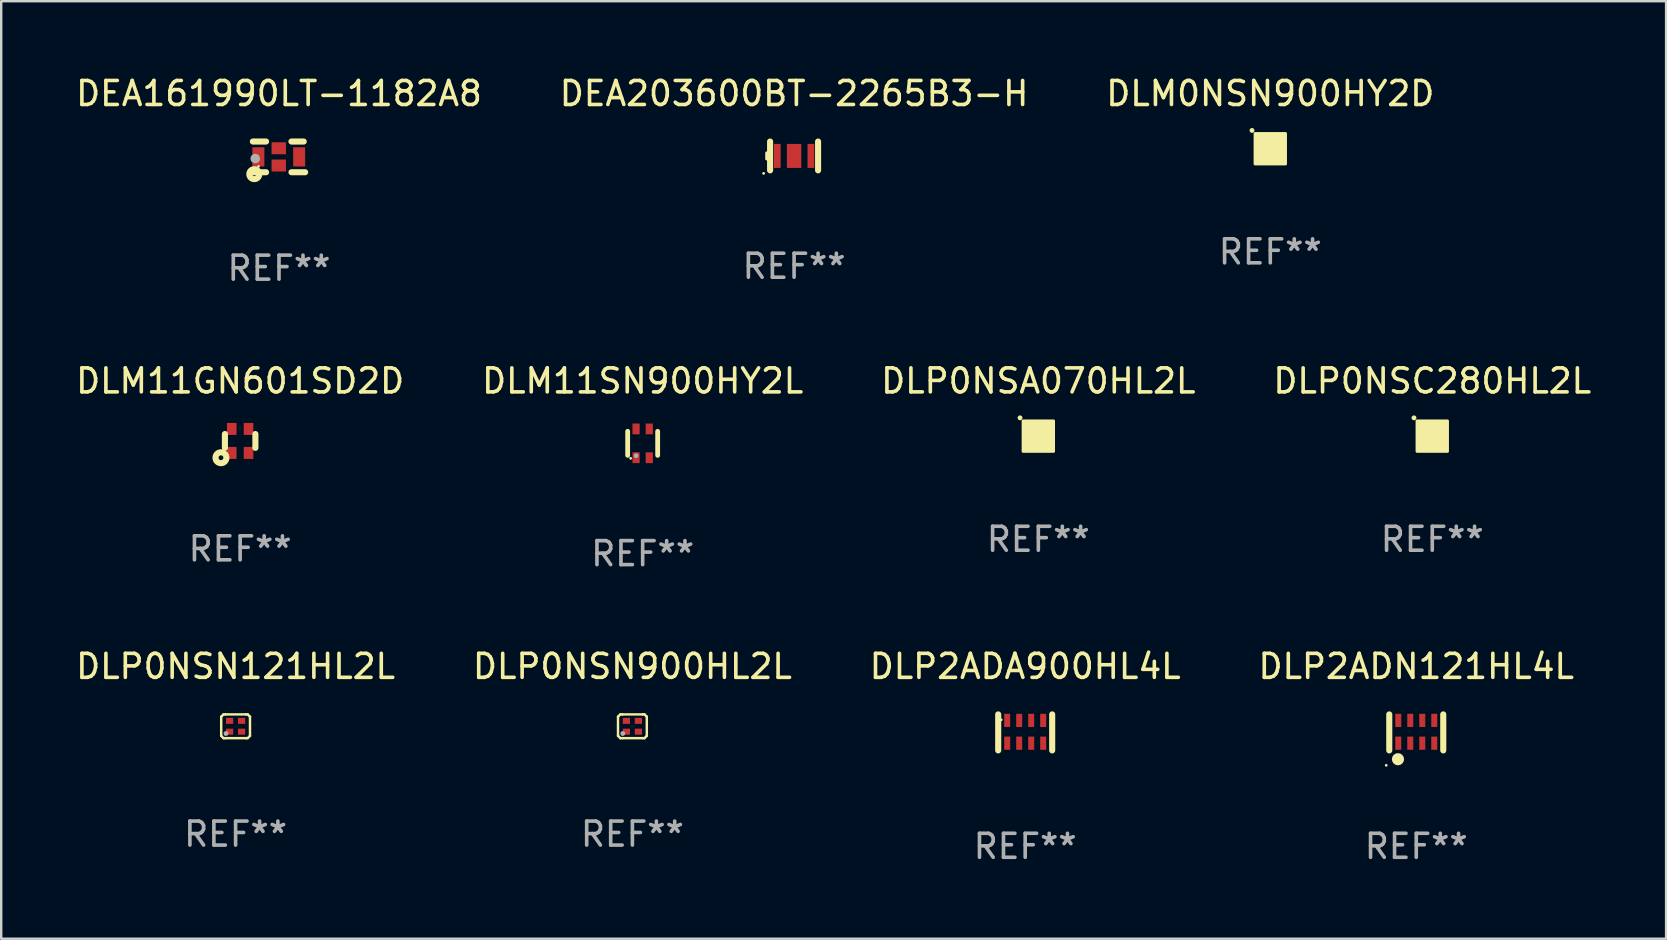
<source format=kicad_pcb>
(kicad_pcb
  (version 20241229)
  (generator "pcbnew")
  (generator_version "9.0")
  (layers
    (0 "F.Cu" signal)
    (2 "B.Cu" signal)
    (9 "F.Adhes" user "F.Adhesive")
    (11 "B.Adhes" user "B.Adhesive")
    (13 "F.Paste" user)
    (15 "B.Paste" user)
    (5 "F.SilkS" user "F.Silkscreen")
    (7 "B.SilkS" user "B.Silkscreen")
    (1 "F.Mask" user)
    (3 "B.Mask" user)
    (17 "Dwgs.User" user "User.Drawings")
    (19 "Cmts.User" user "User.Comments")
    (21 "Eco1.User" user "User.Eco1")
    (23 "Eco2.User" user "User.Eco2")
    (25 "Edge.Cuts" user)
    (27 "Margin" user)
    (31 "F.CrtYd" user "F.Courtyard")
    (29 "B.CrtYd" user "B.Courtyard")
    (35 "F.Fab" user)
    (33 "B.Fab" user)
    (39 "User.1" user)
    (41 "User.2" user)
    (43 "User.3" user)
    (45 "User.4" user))
  (footprint "DLP0NSA070HL2L"
    (layer "F.Cu")
    (at 40.22 15.125)
    (property "Reference" "DLP0NSA070HL2L" (at 0 -2.3 0) (layer "F.SilkS") (effects (font (size 1 1) (thickness 0.15))))
    (attr through_hole)
    (fp_circle (center -0.762 -0.762) (end -0.71 -0.762) (stroke (width 0.1) (type solid)) (fill no) (layer "F.SilkS"))
    (fp_circle (center -0.425 -0.325) (end -0.395 -0.325) (stroke (width 0.06) (type solid)) (fill no) (layer "F.SilkS"))
    (fp_poly (pts (xy -0.635 -0.635) (xy 0.635 -0.635) (xy 0.635 0.635) (xy -0.635 0.635)) (stroke (width 0.12) (type solid)) (fill yes) (layer "F.SilkS"))
    (fp_text user "REF**" (at 0 4.3 0) (layer "F.Fab") (effects (font (size 1 1) (thickness 0.15))))
    (pad "1" smd rect (at -0.25 -0.3) (size 0.3 0.35) (layers "F.Cu" "F.Mask" "F.Paste"))
    (pad "2" smd rect (at -0.25 0.3) (size 0.3 0.35) (layers "F.Cu" "F.Mask" "F.Paste"))
    (pad "3" smd rect (at 0.25 0.3) (size 0.3 0.35) (layers "F.Cu" "F.Mask" "F.Paste"))
    (pad "4" smd rect (at 0.25 -0.3) (size 0.3 0.35) (layers "F.Cu" "F.Mask" "F.Paste")))
  (footprint "DLP2ADN121HL4L"
    (layer "F.Cu")
    (at 55.97 27.471)
    (property "Reference" "DLP2ADN121HL4L" (at 0 -2.75 0) (layer "F.SilkS") (effects (font (size 1 1) (thickness 0.15))))
    (attr through_hole)
    (fp_line (start -1.125 -0.75) (end -1.125 0.75) (stroke (width 0.254) (type solid)) (layer "F.SilkS"))
    (fp_line (start 1.125 -0.75) (end 1.125 0.75) (stroke (width 0.254) (type solid)) (layer "F.SilkS"))
    (fp_circle (center -1.252 1.372) (end -1.222 1.372) (stroke (width 0.06) (type solid)) (fill no) (layer "F.SilkS"))
    (fp_circle (center -0.762 1.118) (end -0.635 1.118) (stroke (width 0.254) (type solid)) (fill no) (layer "F.SilkS"))
    (fp_text user "REF**" (at 0 4.75 0) (layer "F.Fab") (effects (font (size 1 1) (thickness 0.15))))
    (pad "1" smd rect (at -0.75 0.45) (size 0.25 0.55) (layers "F.Cu" "F.Mask" "F.Paste"))
    (pad "2" smd rect (at -0.25 0.45) (size 0.25 0.55) (layers "F.Cu" "F.Mask" "F.Paste"))
    (pad "3" smd rect (at 0.25 0.45) (size 0.25 0.55) (layers "F.Cu" "F.Mask" "F.Paste"))
    (pad "4" smd rect (at 0.75 0.45) (size 0.25 0.55) (layers "F.Cu" "F.Mask" "F.Paste"))
    (pad "5" smd rect (at 0.75 -0.5) (size 0.25 0.55) (layers "F.Cu" "F.Mask" "F.Paste"))
    (pad "6" smd rect (at 0.25 -0.5) (size 0.25 0.55) (layers "F.Cu" "F.Mask" "F.Paste"))
    (pad "7" smd rect (at -0.25 -0.5) (size 0.25 0.55) (layers "F.Cu" "F.Mask" "F.Paste"))
    (pad "8" smd rect (at -0.75 -0.5) (size 0.25 0.55) (layers "F.Cu" "F.Mask" "F.Paste")))
  (footprint "DLM0NSN900HY2D"
    (layer "F.Cu")
    (at 49.887 3.148)
    (property "Reference" "DLM0NSN900HY2D" (at 0 -2.3 0) (layer "F.SilkS") (effects (font (size 1 1) (thickness 0.15))))
    (attr through_hole)
    (fp_circle (center -0.762 -0.762) (end -0.71 -0.762) (stroke (width 0.1) (type solid)) (fill no) (layer "F.SilkS"))
    (fp_circle (center -0.425 -0.325) (end -0.395 -0.325) (stroke (width 0.06) (type solid)) (fill no) (layer "F.SilkS"))
    (fp_poly (pts (xy -0.635 -0.635) (xy 0.635 -0.635) (xy 0.635 0.635) (xy -0.635 0.635)) (stroke (width 0.12) (type solid)) (fill yes) (layer "F.SilkS"))
    (fp_text user "REF**" (at 0 4.3 0) (layer "F.Fab") (effects (font (size 1 1) (thickness 0.15))))
    (pad "1" smd rect (at -0.25 -0.3) (size 0.3 0.35) (layers "F.Cu" "F.Mask" "F.Paste"))
    (pad "2" smd rect (at -0.25 0.3) (size 0.3 0.35) (layers "F.Cu" "F.Mask" "F.Paste"))
    (pad "3" smd rect (at 0.25 0.3) (size 0.3 0.35) (layers "F.Cu" "F.Mask" "F.Paste"))
    (pad "4" smd rect (at 0.25 -0.3) (size 0.3 0.35) (layers "F.Cu" "F.Mask" "F.Paste")))
  (footprint "DLP2ADA900HL4L"
    (layer "F.Cu")
    (at 39.673 27.471)
    (property "Reference" "DLP2ADA900HL4L" (at 0 -2.75 0) (layer "F.SilkS") (effects (font (size 1 1) (thickness 0.15))))
    (attr through_hole)
    (fp_line (start -1.125 -0.75) (end -1.125 0.75) (stroke (width 0.254) (type solid)) (layer "F.SilkS"))
    (fp_line (start 1.125 -0.75) (end 1.125 0.75) (stroke (width 0.254) (type solid)) (layer "F.SilkS"))
    (fp_circle (center -1 -0.525) (end -0.97 -0.525) (stroke (width 0.06) (type solid)) (fill no) (layer "F.SilkS"))
    (fp_text user "REF**" (at 0 4.75 0) (layer "F.Fab") (effects (font (size 1 1) (thickness 0.15))))
    (pad "1" smd rect (at -0.75 -0.5) (size 0.25 0.55) (layers "F.Cu" "F.Mask" "F.Paste"))
    (pad "2" smd rect (at -0.25 -0.5) (size 0.25 0.55) (layers "F.Cu" "F.Mask" "F.Paste"))
    (pad "3" smd rect (at 0.25 -0.5) (size 0.25 0.55) (layers "F.Cu" "F.Mask" "F.Paste"))
    (pad "4" smd rect (at 0.75 -0.5) (size 0.25 0.55) (layers "F.Cu" "F.Mask" "F.Paste"))
    (pad "5" smd rect (at -0.75 0.45) (size 0.25 0.55) (layers "F.Cu" "F.Mask" "F.Paste"))
    (pad "6" smd rect (at -0.25 0.45) (size 0.25 0.55) (layers "F.Cu" "F.Mask" "F.Paste"))
    (pad "7" smd rect (at 0.25 0.45) (size 0.25 0.55) (layers "F.Cu" "F.Mask" "F.Paste"))
    (pad "8" smd rect (at 0.75 0.45) (size 0.25 0.55) (layers "F.Cu" "F.Mask" "F.Paste")))
  (footprint "DEA161990LT-1182A8"
    (layer "F.Cu")
    (at 8.577 3.488)
    (property "Reference" "DEA161990LT-1182A8" (at 0 -2.64 0) (layer "F.SilkS") (effects (font (size 1 1) (thickness 0.15))))
    (attr through_hole)
    (fp_line (start -1.09 -0.64) (end -0.539 -0.64) (stroke (width 0.254) (type solid)) (layer "F.SilkS"))
    (fp_line (start -1.09 0.64) (end -0.539 0.64) (stroke (width 0.254) (type solid)) (layer "F.SilkS"))
    (fp_line (start 0.519 -0.64) (end 1.03 -0.64) (stroke (width 0.254) (type solid)) (layer "F.SilkS"))
    (fp_line (start 0.519 0.64) (end 1.09 0.64) (stroke (width 0.254) (type solid)) (layer "F.SilkS"))
    (fp_circle (center -1.03 0.72) (end -0.95 0.72) (stroke (width 0.254) (type solid)) (fill no) (layer "F.SilkS"))
    (fp_circle (center -0.855 0.4) (end -0.825 0.4) (stroke (width 0.06) (type solid)) (fill no) (layer "F.SilkS"))
    (fp_circle (center -0.99 0.07) (end -0.89 0.07) (stroke (width 0.2) (type solid)) (fill no) (layer "F.Fab"))
    (fp_text user "REF**" (at 0 4.64 0) (layer "F.Fab") (effects (font (size 1 1) (thickness 0.15))))
    (pad "1" smd rect (at -0.86 0 90) (size 0.8 0.5) (layers "F.Cu" "F.Mask" "F.Paste"))
    (pad "2" smd rect (at -0.01 0.36 180) (size 0.6 0.5) (layers "F.Cu" "F.Mask" "F.Paste"))
    (pad "3" smd rect (at 0.84 0 270) (size 0.8 0.5) (layers "F.Cu" "F.Mask" "F.Paste"))
    (pad "4" smd rect (at -0.01 -0.36) (size 0.6 0.5) (layers "F.Cu" "F.Mask" "F.Paste")))
  (footprint "DEA203600BT-2265B3-H"
    (layer "F.Cu")
    (at 30.042 3.448)
    (property "Reference" "DEA203600BT-2265B3-H" (at 0 -2.6 0) (layer "F.SilkS") (effects (font (size 1 1) (thickness 0.15))))
    (attr through_hole)
    (fp_line (start -1 0.6) (end -1 -0.6) (stroke (width 0.254) (type solid)) (layer "F.SilkS"))
    (fp_line (start 1 -0.6) (end 1 0.6) (stroke (width 0.254) (type solid)) (layer "F.SilkS"))
    (fp_circle (center -1.27 0.727) (end -1.24 0.727) (stroke (width 0.06) (type solid)) (fill no) (layer "F.SilkS"))
    (fp_poly (pts (xy -1.143 -0.127) (xy -1.016 -0.127) (xy -1.016 0.127) (xy -1.143 0.127)) (stroke (width 0.12) (type solid)) (fill yes) (layer "F.SilkS"))
    (fp_text user "REF**" (at 0 4.6 0) (layer "F.Fab") (effects (font (size 1 1) (thickness 0.15))))
    (pad "1" smd rect (at -0.7 0 90) (size 1 0.28) (layers "F.Cu" "F.Mask" "F.Paste"))
    (pad "2" smd rect (at 0 0 90) (size 1 0.6) (layers "F.Cu" "F.Mask" "F.Paste"))
    (pad "3" smd rect (at 0.7 0 90) (size 1 0.28) (layers "F.Cu" "F.Mask" "F.Paste")))
  (footprint "DLP0NSN121HL2L"
    (layer "F.Cu")
    (at 6.768 27.216)
    (property "Reference" "DLP0NSN121HL2L" (at 0 -2.495 0) (layer "F.SilkS") (effects (font (size 1 1) (thickness 0.15))))
    (attr through_hole)
    (fp_line (start -0.6 0.4) (end -0.6 -0.4) (stroke (width 0.102) (type solid)) (layer "F.SilkS"))
    (fp_line (start -0.505 -0.495) (end -0.6 -0.4) (stroke (width 0.102) (type solid)) (layer "F.SilkS"))
    (fp_line (start -0.505 0.495) (end -0.6 0.4) (stroke (width 0.102) (type solid)) (layer "F.SilkS"))
    (fp_line (start -0.425 -0.495) (end -0.505 -0.495) (stroke (width 0.102) (type solid)) (layer "F.SilkS"))
    (fp_line (start -0.425 -0.495) (end 0.425 -0.495) (stroke (width 0.102) (type solid)) (layer "F.SilkS"))
    (fp_line (start -0.425 0.495) (end -0.505 0.495) (stroke (width 0.102) (type solid)) (layer "F.SilkS"))
    (fp_line (start -0.425 0.495) (end 0.425 0.495) (stroke (width 0.102) (type solid)) (layer "F.SilkS"))
    (fp_line (start 0.425 -0.495) (end 0.505 -0.495) (stroke (width 0.102) (type solid)) (layer "F.SilkS"))
    (fp_line (start 0.425 0.495) (end 0.505 0.495) (stroke (width 0.102) (type solid)) (layer "F.SilkS"))
    (fp_line (start 0.505 -0.495) (end 0.6 -0.4) (stroke (width 0.102) (type solid)) (layer "F.SilkS"))
    (fp_line (start 0.505 0.495) (end 0.6 0.4) (stroke (width 0.102) (type solid)) (layer "F.SilkS"))
    (fp_line (start 0.6 0.4) (end 0.6 -0.4) (stroke (width 0.102) (type solid)) (layer "F.SilkS"))
    (fp_circle (center -0.425 0.325) (end -0.395 0.325) (stroke (width 0.06) (type solid)) (fill no) (layer "F.SilkS"))
    (fp_circle (center -0.4 0.3) (end -0.35 0.3) (stroke (width 0.1) (type solid)) (fill no) (layer "F.Fab"))
    (fp_text user "REF**" (at 0 4.495 0) (layer "F.Fab") (effects (font (size 1 1) (thickness 0.15))))
    (pad "1" smd rect (at -0.25 0.225 90) (size 0.25 0.3) (layers "F.Cu" "F.Mask" "F.Paste"))
    (pad "2" smd rect (at -0.25 -0.225 90) (size 0.25 0.3) (layers "F.Cu" "F.Mask" "F.Paste"))
    (pad "3" smd rect (at 0.25 -0.225 90) (size 0.25 0.3) (layers "F.Cu" "F.Mask" "F.Paste"))
    (pad "4" smd rect (at 0.25 0.225 90) (size 0.25 0.3) (layers "F.Cu" "F.Mask" "F.Paste")))
  (footprint "DLP0NSN900HL2L"
    (layer "F.Cu")
    (at 23.304 27.216)
    (property "Reference" "DLP0NSN900HL2L" (at 0 -2.495 0) (layer "F.SilkS") (effects (font (size 1 1) (thickness 0.15))))
    (attr through_hole)
    (fp_line (start -0.6 0.4) (end -0.6 -0.4) (stroke (width 0.102) (type solid)) (layer "F.SilkS"))
    (fp_line (start -0.505 -0.495) (end -0.6 -0.4) (stroke (width 0.102) (type solid)) (layer "F.SilkS"))
    (fp_line (start -0.505 0.495) (end -0.6 0.4) (stroke (width 0.102) (type solid)) (layer "F.SilkS"))
    (fp_line (start -0.425 -0.495) (end -0.505 -0.495) (stroke (width 0.102) (type solid)) (layer "F.SilkS"))
    (fp_line (start -0.425 -0.495) (end 0.425 -0.495) (stroke (width 0.102) (type solid)) (layer "F.SilkS"))
    (fp_line (start -0.425 0.495) (end -0.505 0.495) (stroke (width 0.102) (type solid)) (layer "F.SilkS"))
    (fp_line (start -0.425 0.495) (end 0.425 0.495) (stroke (width 0.102) (type solid)) (layer "F.SilkS"))
    (fp_line (start 0.425 -0.495) (end 0.505 -0.495) (stroke (width 0.102) (type solid)) (layer "F.SilkS"))
    (fp_line (start 0.425 0.495) (end 0.505 0.495) (stroke (width 0.102) (type solid)) (layer "F.SilkS"))
    (fp_line (start 0.505 -0.495) (end 0.6 -0.4) (stroke (width 0.102) (type solid)) (layer "F.SilkS"))
    (fp_line (start 0.505 0.495) (end 0.6 0.4) (stroke (width 0.102) (type solid)) (layer "F.SilkS"))
    (fp_line (start 0.6 0.4) (end 0.6 -0.4) (stroke (width 0.102) (type solid)) (layer "F.SilkS"))
    (fp_circle (center -0.425 0.325) (end -0.395 0.325) (stroke (width 0.06) (type solid)) (fill no) (layer "F.SilkS"))
    (fp_circle (center -0.4 0.3) (end -0.35 0.3) (stroke (width 0.1) (type solid)) (fill no) (layer "F.Fab"))
    (fp_text user "REF**" (at 0 4.495 0) (layer "F.Fab") (effects (font (size 1 1) (thickness 0.15))))
    (pad "1" smd rect (at -0.25 0.225 90) (size 0.25 0.3) (layers "F.Cu" "F.Mask" "F.Paste"))
    (pad "2" smd rect (at -0.25 -0.225 90) (size 0.25 0.3) (layers "F.Cu" "F.Mask" "F.Paste"))
    (pad "3" smd rect (at 0.25 -0.225 90) (size 0.25 0.3) (layers "F.Cu" "F.Mask" "F.Paste"))
    (pad "4" smd rect (at 0.25 0.225 90) (size 0.25 0.3) (layers "F.Cu" "F.Mask" "F.Paste")))
  (footprint "DLP0NSC280HL2L"
    (layer "F.Cu")
    (at 56.637 15.125)
    (property "Reference" "DLP0NSC280HL2L" (at 0 -2.3 0) (layer "F.SilkS") (effects (font (size 1 1) (thickness 0.15))))
    (attr through_hole)
    (fp_circle (center -0.762 -0.762) (end -0.71 -0.762) (stroke (width 0.1) (type solid)) (fill no) (layer "F.SilkS"))
    (fp_circle (center -0.425 -0.325) (end -0.395 -0.325) (stroke (width 0.06) (type solid)) (fill no) (layer "F.SilkS"))
    (fp_poly (pts (xy -0.635 -0.635) (xy 0.635 -0.635) (xy 0.635 0.635) (xy -0.635 0.635)) (stroke (width 0.12) (type solid)) (fill yes) (layer "F.SilkS"))
    (fp_text user "REF**" (at 0 4.3 0) (layer "F.Fab") (effects (font (size 1 1) (thickness 0.15))))
    (pad "1" smd rect (at -0.25 -0.3) (size 0.3 0.35) (layers "F.Cu" "F.Mask" "F.Paste"))
    (pad "2" smd rect (at -0.25 0.3) (size 0.3 0.35) (layers "F.Cu" "F.Mask" "F.Paste"))
    (pad "3" smd rect (at 0.25 0.3) (size 0.3 0.35) (layers "F.Cu" "F.Mask" "F.Paste"))
    (pad "4" smd rect (at 0.25 -0.3) (size 0.3 0.35) (layers "F.Cu" "F.Mask" "F.Paste")))
  (footprint "DLM11GN601SD2D"
    (layer "F.Cu")
    (at 6.958 15.325)
    (property "Reference" "DLM11GN601SD2D" (at 0 -2.5 0) (layer "F.SilkS") (effects (font (size 1 1) (thickness 0.15))))
    (attr through_hole)
    (fp_line (start -0.635 0.288) (end -0.635 -0.288) (stroke (width 0.254) (type solid)) (layer "F.SilkS"))
    (fp_line (start 0.635 0.288) (end 0.635 -0.288) (stroke (width 0.254) (type solid)) (layer "F.SilkS"))
    (fp_circle (center -0.8 0.7) (end -0.7 0.7) (stroke (width 0.254) (type solid)) (fill no) (layer "F.SilkS"))
    (fp_circle (center -0.625 0.5) (end -0.595 0.5) (stroke (width 0.06) (type solid)) (fill no) (layer "F.SilkS"))
    (fp_text user "REF**" (at 0 4.5 0) (layer "F.Fab") (effects (font (size 1 1) (thickness 0.15))))
    (pad "1" smd rect (at -0.35 0.5) (size 0.4 0.5) (layers "F.Cu" "F.Mask" "F.Paste"))
    (pad "2" smd rect (at -0.35 -0.5) (size 0.4 0.5) (layers "F.Cu" "F.Mask" "F.Paste"))
    (pad "3" smd rect (at 0.35 -0.5 180) (size 0.4 0.5) (layers "F.Cu" "F.Mask" "F.Paste"))
    (pad "4" smd rect (at 0.35 0.5) (size 0.4 0.5) (layers "F.Cu" "F.Mask" "F.Paste")))
  (footprint "DLM11SN900HY2L"
    (layer "F.Cu")
    (at 23.732 15.425)
    (property "Reference" "DLM11SN900HY2L" (at 0 -2.6 0) (layer "F.SilkS") (effects (font (size 1 1) (thickness 0.15))))
    (attr through_hole)
    (fp_line (start -0.625 -0.5) (end -0.625 0.5) (stroke (width 0.2) (type solid)) (layer "F.SilkS"))
    (fp_line (start 0.625 -0.5) (end 0.625 0.5) (stroke (width 0.2) (type solid)) (layer "F.SilkS"))
    (fp_circle (center -0.5 0.625) (end -0.47 0.625) (stroke (width 0.06) (type solid)) (fill no) (layer "F.SilkS"))
    (fp_circle (center -0.274 0.516) (end -0.224 0.516) (stroke (width 0.1) (type solid)) (fill no) (layer "F.Fab"))
    (fp_text user "REF**" (at 0 4.6 0) (layer "F.Fab") (effects (font (size 1 1) (thickness 0.15))))
    (pad "1" smd rect (at -0.275 0.6 90) (size 0.45 0.3) (layers "F.Cu" "F.Mask" "F.Paste"))
    (pad "2" smd rect (at -0.275 -0.6 90) (size 0.45 0.3) (layers "F.Cu" "F.Mask" "F.Paste"))
    (pad "3" smd rect (at 0.275 -0.6 90) (size 0.45 0.3) (layers "F.Cu" "F.Mask" "F.Paste"))
    (pad "4" smd rect (at 0.275 0.6 90) (size 0.45 0.3) (layers "F.Cu" "F.Mask" "F.Paste")))
  (gr_rect
    (start -3 -3)
    (end 66.381 36.07)
    (stroke (width 0.1) (type default))
    (fill no)
    (layer "Edge.Cuts")))
</source>
